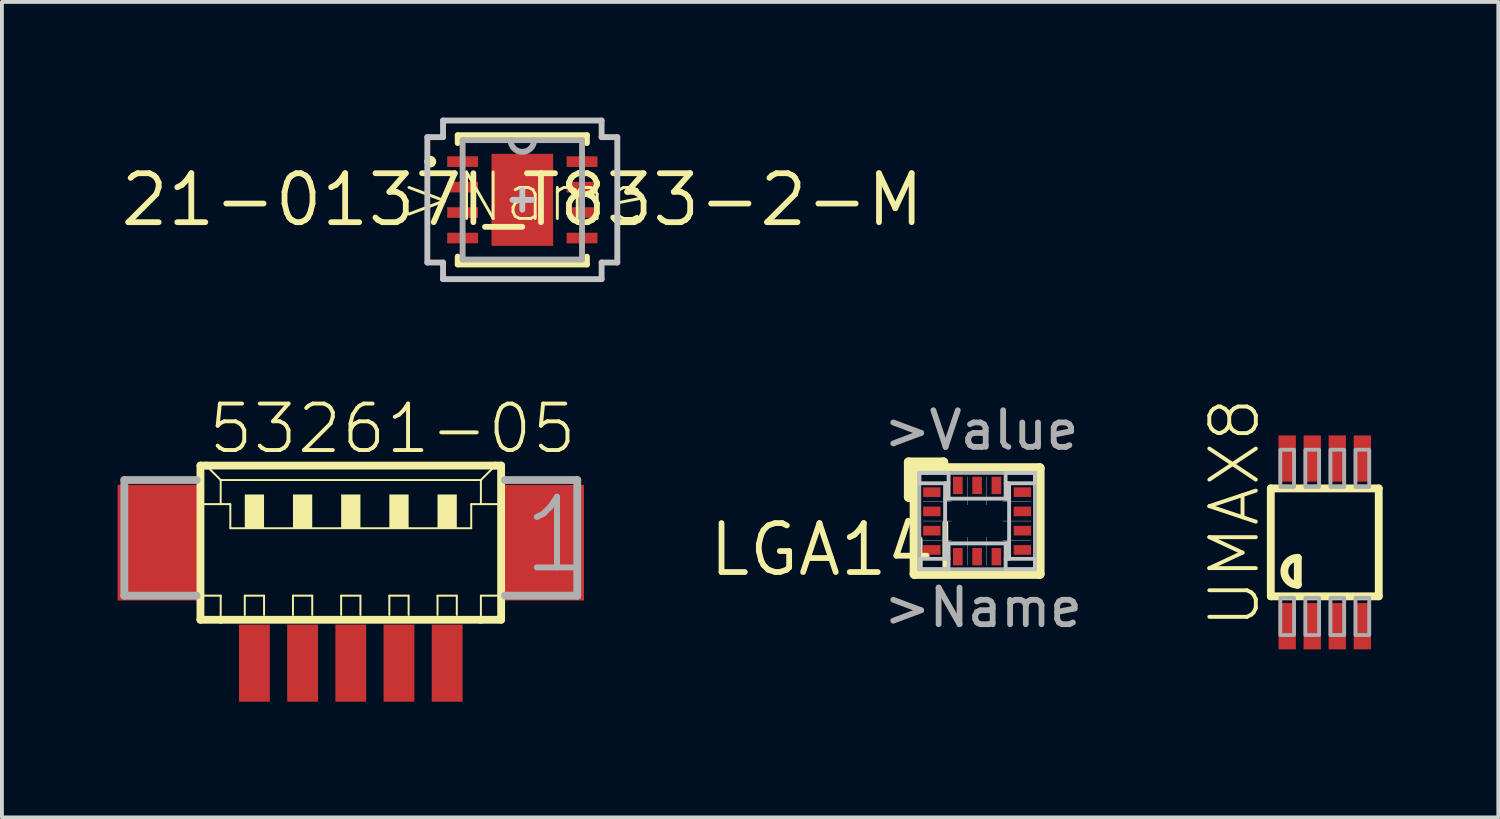
<source format=kicad_pcb>
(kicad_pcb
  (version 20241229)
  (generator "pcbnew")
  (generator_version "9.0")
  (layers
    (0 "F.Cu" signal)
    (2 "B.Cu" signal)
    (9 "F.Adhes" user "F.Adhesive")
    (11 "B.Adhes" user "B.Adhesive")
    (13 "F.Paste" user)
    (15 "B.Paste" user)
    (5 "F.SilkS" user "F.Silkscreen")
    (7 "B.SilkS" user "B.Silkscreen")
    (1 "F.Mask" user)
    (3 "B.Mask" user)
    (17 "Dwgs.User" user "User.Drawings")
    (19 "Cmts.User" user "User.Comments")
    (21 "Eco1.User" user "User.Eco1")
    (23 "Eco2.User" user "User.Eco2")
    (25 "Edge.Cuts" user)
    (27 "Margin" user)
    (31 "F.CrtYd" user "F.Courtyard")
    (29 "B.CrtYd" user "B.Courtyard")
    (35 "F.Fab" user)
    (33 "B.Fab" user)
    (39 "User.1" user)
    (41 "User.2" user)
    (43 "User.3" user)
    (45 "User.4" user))
  (footprint "UMAX8"
    (layer "F.Cu")
    (at 31.317 11.02)
    (property "Reference" "UMAX8" (at -1.636 2.286 90) (layer "F.SilkS") (effects (font (size 1.206 1.206) (thickness 0.102)) (justify left bottom)))
    (attr through_hole)
    (fp_line (start -1.4 -1.4) (end 1.4 -1.4) (stroke (width 0.203) (type solid)) (layer "F.SilkS"))
    (fp_line (start -1.4 1.4) (end -1.4 -1.4) (stroke (width 0.203) (type solid)) (layer "F.SilkS"))
    (fp_line (start -0.7 0.4) (end -0.7 1.1) (stroke (width 0.203) (type solid)) (layer "F.SilkS"))
    (fp_line (start 1.4 -1.4) (end 1.4 1.4) (stroke (width 0.203) (type solid)) (layer "F.SilkS"))
    (fp_line (start 1.4 1.4) (end -1.4 1.4) (stroke (width 0.203) (type solid)) (layer "F.SilkS"))
    (fp_arc (start -0.7 1.1) (mid -1.05 0.75) (end -0.7 0.4) (stroke (width 0.2032) (type solid)) (layer "F.SilkS"))
    (fp_poly (pts (xy -1.153 -1.438) (xy -0.797 -1.438) (xy -0.797 -2.404) (xy -1.153 -2.404)) (stroke (width 0.1) (type solid)) (fill no) (layer "F.Fab"))
    (fp_poly (pts (xy -1.153 2.404) (xy -0.797 2.404) (xy -0.797 1.438) (xy -1.153 1.438)) (stroke (width 0.1) (type solid)) (fill no) (layer "F.Fab"))
    (fp_poly (pts (xy -0.503 -1.438) (xy -0.147 -1.438) (xy -0.147 -2.404) (xy -0.503 -2.404)) (stroke (width 0.1) (type solid)) (fill no) (layer "F.Fab"))
    (fp_poly (pts (xy -0.503 2.404) (xy -0.147 2.404) (xy -0.147 1.438) (xy -0.503 1.438)) (stroke (width 0.1) (type solid)) (fill no) (layer "F.Fab"))
    (fp_poly (pts (xy 0.147 -1.438) (xy 0.503 -1.438) (xy 0.503 -2.404) (xy 0.147 -2.404)) (stroke (width 0.1) (type solid)) (fill no) (layer "F.Fab"))
    (fp_poly (pts (xy 0.147 2.404) (xy 0.503 2.404) (xy 0.503 1.438) (xy 0.147 1.438)) (stroke (width 0.1) (type solid)) (fill no) (layer "F.Fab"))
    (fp_poly (pts (xy 0.797 -1.438) (xy 1.153 -1.438) (xy 1.153 -2.404) (xy 0.797 -2.404)) (stroke (width 0.1) (type solid)) (fill no) (layer "F.Fab"))
    (fp_poly (pts (xy 0.797 2.404) (xy 1.153 2.404) (xy 1.153 1.438) (xy 0.797 1.438)) (stroke (width 0.1) (type solid)) (fill no) (layer "F.Fab"))
    (pad "1" smd rect (at -0.975 2.175) (size 0.45 1.2) (layers "F.Cu" "F.Mask" "F.Paste"))
    (pad "2" smd rect (at -0.325 2.175) (size 0.45 1.2) (layers "F.Cu" "F.Mask" "F.Paste"))
    (pad "3" smd rect (at 0.325 2.175) (size 0.45 1.2) (layers "F.Cu" "F.Mask" "F.Paste"))
    (pad "4" smd rect (at 0.975 2.175) (size 0.45 1.2) (layers "F.Cu" "F.Mask" "F.Paste"))
    (pad "5" smd rect (at 0.975 -2.175) (size 0.45 1.2) (layers "F.Cu" "F.Mask" "F.Paste"))
    (pad "6" smd rect (at 0.325 -2.175) (size 0.45 1.2) (layers "F.Cu" "F.Mask" "F.Paste"))
    (pad "7" smd rect (at -0.325 -2.175) (size 0.45 1.2) (layers "F.Cu" "F.Mask" "F.Paste"))
    (pad "8" smd rect (at -0.975 -2.175) (size 0.45 1.2) (layers "F.Cu" "F.Mask" "F.Paste")))
  (footprint "LGA14L"
    (layer "F.Cu")
    (at 22.298 10.467)
    (property "Reference" "LGA14L" (at 0 0 0) (layer "F.SilkS") (effects (font (size 1.27 1.27) (thickness 0.15)) (justify right top)))
    (attr through_hole)
    (fp_line (start -1.775 -1.525) (end -1.775 -0.625) (stroke (width 0.25) (type solid)) (layer "F.SilkS"))
    (fp_line (start -1.75 -1.5) (end -1.75 -0.625) (stroke (width 0.25) (type solid)) (layer "F.SilkS"))
    (fp_line (start -1.75 -0.625) (end -1.775 -0.625) (stroke (width 0.25) (type solid)) (layer "F.SilkS"))
    (fp_line (start -1.625 -1.375) (end 1.625 -1.375) (stroke (width 0.25) (type solid)) (layer "F.SilkS"))
    (fp_line (start -1.625 1.375) (end -1.625 -1.375) (stroke (width 0.25) (type solid)) (layer "F.SilkS"))
    (fp_line (start -0.875 -1.525) (end -1.775 -1.525) (stroke (width 0.25) (type solid)) (layer "F.SilkS"))
    (fp_line (start -0.875 -1.525) (end -0.875 -1.5) (stroke (width 0.25) (type solid)) (layer "F.SilkS"))
    (fp_line (start -0.875 -1.5) (end -1.75 -1.5) (stroke (width 0.25) (type solid)) (layer "F.SilkS"))
    (fp_line (start 1.625 -1.375) (end 1.625 1.375) (stroke (width 0.25) (type solid)) (layer "F.SilkS"))
    (fp_line (start 1.625 1.375) (end -1.625 1.375) (stroke (width 0.25) (type solid)) (layer "F.SilkS"))
    (fp_line (start -1.4 -0.5) (end -0.67 -0.5) (stroke (width 0.01) (type solid)) (layer "Dwgs.User"))
    (fp_line (start -1.4 0) (end -0.67 0) (stroke (width 0.01) (type solid)) (layer "Dwgs.User"))
    (fp_line (start -1.4 0.5) (end -0.67 0.5) (stroke (width 0.01) (type solid)) (layer "Dwgs.User"))
    (fp_line (start -0.25 -1.15) (end -0.25 -0.42) (stroke (width 0.01) (type solid)) (layer "Dwgs.User"))
    (fp_line (start -0.25 0.42) (end -0.25 1.15) (stroke (width 0.01) (type solid)) (layer "Dwgs.User"))
    (fp_line (start 0.25 -1.15) (end 0.25 -0.42) (stroke (width 0.01) (type solid)) (layer "Dwgs.User"))
    (fp_line (start 0.25 0.42) (end 0.25 1.15) (stroke (width 0.01) (type solid)) (layer "Dwgs.User"))
    (fp_line (start 0.67 -0.5) (end 1.4 -0.5) (stroke (width 0.01) (type solid)) (layer "Dwgs.User"))
    (fp_line (start 0.67 0) (end 1.4 0) (stroke (width 0.01) (type solid)) (layer "Dwgs.User"))
    (fp_line (start 0.67 0.5) (end 1.4 0.5) (stroke (width 0.01) (type solid)) (layer "Dwgs.User"))
    (fp_poly (pts (xy -1.5 -0.98) (xy -0.74 -0.98) (xy -0.74 -1.25) (xy -1.5 -1.25)) (stroke (width 0.1) (type solid)) (fill no) (layer "Dwgs.User"))
    (fp_poly (pts (xy -1.5 1.25) (xy -0.74 1.25) (xy -0.74 0.98) (xy -1.5 0.98)) (stroke (width 0.1) (type solid)) (fill no) (layer "Dwgs.User"))
    (fp_poly (pts (xy -0.83 -0.58) (xy -0.74 -0.58) (xy -0.74 -0.98) (xy -0.83 -0.98)) (stroke (width 0.1) (type solid)) (fill no) (layer "Dwgs.User"))
    (fp_poly (pts (xy -0.83 0.58) (xy 0.83 0.58) (xy 0.83 -0.58) (xy -0.83 -0.58)) (stroke (width 0.1) (type solid)) (fill no) (layer "Dwgs.User"))
    (fp_poly (pts (xy -0.83 0.98) (xy -0.74 0.98) (xy -0.74 0.58) (xy -0.83 0.58)) (stroke (width 0.1) (type solid)) (fill no) (layer "Dwgs.User"))
    (fp_poly (pts (xy 0.74 -0.98) (xy 1.5 -0.98) (xy 1.5 -1.25) (xy 0.74 -1.25)) (stroke (width 0.1) (type solid)) (fill no) (layer "Dwgs.User"))
    (fp_poly (pts (xy 0.74 -0.58) (xy 0.83 -0.58) (xy 0.83 -0.98) (xy 0.74 -0.98)) (stroke (width 0.1) (type solid)) (fill no) (layer "Dwgs.User"))
    (fp_poly (pts (xy 0.74 0.98) (xy 0.83 0.98) (xy 0.83 0.58) (xy 0.74 0.58)) (stroke (width 0.1) (type solid)) (fill no) (layer "Dwgs.User"))
    (fp_poly (pts (xy 0.74 1.25) (xy 1.5 1.25) (xy 1.5 0.98) (xy 0.74 0.98)) (stroke (width 0.1) (type solid)) (fill no) (layer "Dwgs.User"))
    (fp_line (start -1.5 -1.25) (end -1.5 1.25) (stroke (width 0.1) (type solid)) (layer "F.Fab"))
    (fp_line (start -1.5 1.25) (end 1.5 1.25) (stroke (width 0.1) (type solid)) (layer "F.Fab"))
    (fp_line (start 1.5 -1.25) (end -1.5 -1.25) (stroke (width 0.1) (type solid)) (layer "F.Fab"))
    (fp_line (start 1.5 1.25) (end 1.5 -1.25) (stroke (width 0.1) (type solid)) (layer "F.Fab"))
    (fp_text user ">Value" (at -2.5 -1.8 0) (layer "F.Fab") (effects (font (size 0.95 0.95) (thickness 0.15)) (justify left bottom)))
    (fp_text user ">Name" (at -2.5 2.8 0) (layer "F.Fab") (effects (font (size 0.95 0.95) (thickness 0.15)) (justify left bottom)))
    (pad "1" smd rect (at -1.175 -0.75 180) (size 0.45 0.25) (layers "F.Cu" "F.Mask" "F.Paste"))
    (pad "2" smd rect (at -1.175 -0.25 180) (size 0.45 0.25) (layers "F.Cu" "F.Mask" "F.Paste"))
    (pad "3" smd rect (at -1.175 0.25 180) (size 0.45 0.25) (layers "F.Cu" "F.Mask" "F.Paste"))
    (pad "4" smd rect (at -1.175 0.75 180) (size 0.45 0.25) (layers "F.Cu" "F.Mask" "F.Paste"))
    (pad "5" smd rect (at -0.5 0.925 90) (size 0.45 0.25) (layers "F.Cu" "F.Mask" "F.Paste"))
    (pad "6" smd rect (at 0 0.925 90) (size 0.45 0.25) (layers "F.Cu" "F.Mask" "F.Paste"))
    (pad "7" smd rect (at 0.5 0.925 90) (size 0.45 0.25) (layers "F.Cu" "F.Mask" "F.Paste"))
    (pad "8" smd rect (at 1.175 0.75 180) (size 0.45 0.25) (layers "F.Cu" "F.Mask" "F.Paste"))
    (pad "9" smd rect (at 1.175 0.25 180) (size 0.45 0.25) (layers "F.Cu" "F.Mask" "F.Paste"))
    (pad "10" smd rect (at 1.175 -0.25 180) (size 0.45 0.25) (layers "F.Cu" "F.Mask" "F.Paste"))
    (pad "11" smd rect (at 1.175 -0.75 180) (size 0.45 0.25) (layers "F.Cu" "F.Mask" "F.Paste"))
    (pad "12" smd rect (at 0.5 -0.925 90) (size 0.45 0.25) (layers "F.Cu" "F.Mask" "F.Paste"))
    (pad "13" smd rect (at 0 -0.925 90) (size 0.45 0.25) (layers "F.Cu" "F.Mask" "F.Paste"))
    (pad "14" smd rect (at -0.5 -0.925 90) (size 0.45 0.25) (layers "F.Cu" "F.Mask" "F.Paste")))
  (footprint "21-0137I_T833-2-M"
    (layer "F.Cu")
    (at 10.5 2.134)
    (property "Reference" "21-0137I_T833-2-M" (at 0 0 0) (layer "F.SilkS") (effects (font (size 1.27 1.27) (thickness 0.15))))
    (attr through_hole)
    (fp_line (start -1.676 -1.676) (end -1.676 -1.473) (stroke (width 0.152) (type solid)) (layer "F.SilkS"))
    (fp_line (start -1.676 1.473) (end -1.676 1.676) (stroke (width 0.152) (type solid)) (layer "F.SilkS"))
    (fp_line (start -1.676 1.676) (end 1.676 1.676) (stroke (width 0.152) (type solid)) (layer "F.SilkS"))
    (fp_line (start 1.676 -1.676) (end -1.676 -1.676) (stroke (width 0.152) (type solid)) (layer "F.SilkS"))
    (fp_line (start 1.676 -1.473) (end 1.676 -1.676) (stroke (width 0.152) (type solid)) (layer "F.SilkS"))
    (fp_line (start 1.676 1.676) (end 1.676 1.473) (stroke (width 0.152) (type solid)) (layer "F.SilkS"))
    (fp_arc (start -2.4638 -0.9906) (mid -2.3876 -1.0668) (end -2.3114 -0.9906) (stroke (width 0.1524) (type solid)) (layer "F.SilkS"))
    (fp_arc (start -2.3114 -0.9906) (mid -2.3876 -0.9144) (end -2.4638 -0.9906) (stroke (width 0.1524) (type solid)) (layer "F.SilkS"))
    (fp_poly (pts (xy -0.8 -1.194) (xy -0.8 1.194) (xy 0.8 1.194) (xy 0.8 -1.194)) (stroke (width 0) (type solid)) (fill yes) (layer "F.Paste"))
    (fp_line (start -2.464 -1.626) (end -2.057 -1.626) (stroke (width 0.152) (type solid)) (layer "Dwgs.User"))
    (fp_line (start -2.464 1.626) (end -2.464 -1.626) (stroke (width 0.152) (type solid)) (layer "Dwgs.User"))
    (fp_line (start -2.464 1.626) (end -2.057 1.626) (stroke (width 0.152) (type solid)) (layer "Dwgs.User"))
    (fp_line (start -2.057 -2.057) (end 2.057 -2.057) (stroke (width 0.152) (type solid)) (layer "Dwgs.User"))
    (fp_line (start -2.057 -1.626) (end -2.057 -2.057) (stroke (width 0.152) (type solid)) (layer "Dwgs.User"))
    (fp_line (start -2.057 2.057) (end -2.057 1.626) (stroke (width 0.152) (type solid)) (layer "Dwgs.User"))
    (fp_line (start -0.254 0) (end 0.254 0) (stroke (width 0.152) (type solid)) (layer "Dwgs.User"))
    (fp_line (start 0 0.254) (end 0 -0.254) (stroke (width 0.152) (type solid)) (layer "Dwgs.User"))
    (fp_line (start 2.057 -2.057) (end 2.057 -1.626) (stroke (width 0.152) (type solid)) (layer "Dwgs.User"))
    (fp_line (start 2.057 1.626) (end 2.057 2.057) (stroke (width 0.152) (type solid)) (layer "Dwgs.User"))
    (fp_line (start 2.057 2.057) (end -2.057 2.057) (stroke (width 0.152) (type solid)) (layer "Dwgs.User"))
    (fp_line (start 2.464 -1.626) (end 2.057 -1.626) (stroke (width 0.152) (type solid)) (layer "Dwgs.User"))
    (fp_line (start 2.464 -1.626) (end 2.464 1.626) (stroke (width 0.152) (type solid)) (layer "Dwgs.User"))
    (fp_line (start 2.464 1.626) (end 2.057 1.626) (stroke (width 0.152) (type solid)) (layer "Dwgs.User"))
    (fp_poly (pts (xy -2.457 1.636) (xy -2.457 -1.636) (xy -2.057 -1.636) (xy -2.057 -2.057) (xy 2.057 -2.057) (xy 2.057 -1.636) (xy 2.457 -1.636) (xy 2.457 1.636) (xy 2.057 1.636) (xy 2.057 2.057) (xy -2.057 2.057) (xy -2.057 1.636)) (stroke (width 0.1) (type solid)) (fill no) (layer "Dwgs.User"))
    (fp_line (start -1.549 -1.549) (end -1.549 1.549) (stroke (width 0.152) (type solid)) (layer "F.Fab"))
    (fp_line (start -1.549 1.549) (end 1.549 1.549) (stroke (width 0.152) (type solid)) (layer "F.Fab"))
    (fp_line (start -0.305 -1.549) (end -1.549 -1.549) (stroke (width 0.152) (type solid)) (layer "F.Fab"))
    (fp_line (start 0.305 -1.549) (end -0.305 -1.549) (stroke (width 0.152) (type solid)) (layer "F.Fab"))
    (fp_line (start 1.549 -1.549) (end 0.305 -1.549) (stroke (width 0.152) (type solid)) (layer "F.Fab"))
    (fp_line (start 1.549 1.549) (end 1.549 -1.549) (stroke (width 0.152) (type solid)) (layer "F.Fab"))
    (fp_arc (start 0.3048 -1.5494) (mid 0 -1.2446) (end -0.3048 -1.5494) (stroke (width 0.1524) (type solid)) (layer "F.Fab"))
    (fp_text user ">Name" (at -3.277 0.635 0) (layer "F.SilkS") (effects (font (size 1.206 1.206) (thickness 0.076)) (justify left bottom)))
    (pad "1" smd rect (at -1.549 -0.991) (size 0.8 0.276) (layers "F.Cu" "F.Mask" "F.Paste"))
    (pad "2" smd rect (at -1.549 -0.33) (size 0.8 0.276) (layers "F.Cu" "F.Mask" "F.Paste"))
    (pad "3" smd rect (at -1.549 0.33) (size 0.8 0.276) (layers "F.Cu" "F.Mask" "F.Paste"))
    (pad "4" smd rect (at -1.549 0.991) (size 0.8 0.276) (layers "F.Cu" "F.Mask" "F.Paste"))
    (pad "5" smd rect (at 1.549 0.991) (size 0.8 0.276) (layers "F.Cu" "F.Mask" "F.Paste"))
    (pad "6" smd rect (at 1.549 0.33) (size 0.8 0.276) (layers "F.Cu" "F.Mask" "F.Paste"))
    (pad "7" smd rect (at 1.549 -0.33) (size 0.8 0.276) (layers "F.Cu" "F.Mask" "F.Paste"))
    (pad "8" smd rect (at 1.549 -0.991) (size 0.8 0.276) (layers "F.Cu" "F.Mask" "F.Paste"))
    (pad "9" smd rect (at 0 0) (size 1.6 2.388) (layers "F.Cu" "F.Mask")))
  (footprint "53261-05"
    (layer "F.Cu")
    (at 6.05 11.653)
    (property "Reference" "53261-05" (at -3.75 -2.875 0) (layer "F.SilkS") (effects (font (size 1.206 1.206) (thickness 0.102)) (justify left bottom)))
    (attr through_hole)
    (fp_line (start -3.9 -2.625) (end -3.9 1.375) (stroke (width 0.203) (type solid)) (layer "F.SilkS"))
    (fp_line (start -3.9 1.375) (end -3.375 1.375) (stroke (width 0.203) (type solid)) (layer "F.SilkS"))
    (fp_line (start -3.875 -1.625) (end -3.375 -1.625) (stroke (width 0.051) (type solid)) (layer "F.SilkS"))
    (fp_line (start -3.875 0.75) (end -3.375 0.75) (stroke (width 0.051) (type solid)) (layer "F.SilkS"))
    (fp_line (start -3.75 -2.625) (end -3.9 -2.625) (stroke (width 0.203) (type solid)) (layer "F.SilkS"))
    (fp_line (start -3.375 -2.25) (end -3.75 -2.625) (stroke (width 0.051) (type solid)) (layer "F.SilkS"))
    (fp_line (start -3.375 -2.25) (end 3.375 -2.25) (stroke (width 0.051) (type solid)) (layer "F.SilkS"))
    (fp_line (start -3.375 -1.625) (end -3.375 -2.25) (stroke (width 0.051) (type solid)) (layer "F.SilkS"))
    (fp_line (start -3.375 -1.625) (end -3.125 -1.625) (stroke (width 0.051) (type solid)) (layer "F.SilkS"))
    (fp_line (start -3.375 0.75) (end -3.375 1.375) (stroke (width 0.051) (type solid)) (layer "F.SilkS"))
    (fp_line (start -3.375 1.375) (end 3.375 1.375) (stroke (width 0.203) (type solid)) (layer "F.SilkS"))
    (fp_line (start -3.125 -1.625) (end -3.125 -1) (stroke (width 0.051) (type solid)) (layer "F.SilkS"))
    (fp_line (start -3.125 -1) (end 3.125 -1) (stroke (width 0.051) (type solid)) (layer "F.SilkS"))
    (fp_line (start -2.75 0.75) (end -2.25 0.75) (stroke (width 0.051) (type solid)) (layer "F.SilkS"))
    (fp_line (start -2.75 1.25) (end -2.75 0.75) (stroke (width 0.051) (type solid)) (layer "F.SilkS"))
    (fp_line (start -2.25 0.75) (end -2.25 1.25) (stroke (width 0.051) (type solid)) (layer "F.SilkS"))
    (fp_line (start -1.5 0.75) (end -1 0.75) (stroke (width 0.051) (type solid)) (layer "F.SilkS"))
    (fp_line (start -1.5 1.25) (end -1.5 0.75) (stroke (width 0.051) (type solid)) (layer "F.SilkS"))
    (fp_line (start -1 0.75) (end -1 1.25) (stroke (width 0.051) (type solid)) (layer "F.SilkS"))
    (fp_line (start -0.25 0.75) (end 0.25 0.75) (stroke (width 0.051) (type solid)) (layer "F.SilkS"))
    (fp_line (start -0.25 1.25) (end -0.25 0.75) (stroke (width 0.051) (type solid)) (layer "F.SilkS"))
    (fp_line (start 0.25 0.75) (end 0.25 1.25) (stroke (width 0.051) (type solid)) (layer "F.SilkS"))
    (fp_line (start 1 0.75) (end 1.5 0.75) (stroke (width 0.051) (type solid)) (layer "F.SilkS"))
    (fp_line (start 1 1.25) (end 1 0.75) (stroke (width 0.051) (type solid)) (layer "F.SilkS"))
    (fp_line (start 1.5 0.75) (end 1.5 1.25) (stroke (width 0.051) (type solid)) (layer "F.SilkS"))
    (fp_line (start 2.25 0.75) (end 2.75 0.75) (stroke (width 0.051) (type solid)) (layer "F.SilkS"))
    (fp_line (start 2.25 1.25) (end 2.25 0.75) (stroke (width 0.051) (type solid)) (layer "F.SilkS"))
    (fp_line (start 2.75 0.75) (end 2.75 1.25) (stroke (width 0.051) (type solid)) (layer "F.SilkS"))
    (fp_line (start 3.125 -1.625) (end 3.125 -1) (stroke (width 0.051) (type solid)) (layer "F.SilkS"))
    (fp_line (start 3.125 -1.625) (end 3.375 -1.625) (stroke (width 0.051) (type solid)) (layer "F.SilkS"))
    (fp_line (start 3.375 -2.25) (end 3.375 -1.625) (stroke (width 0.051) (type solid)) (layer "F.SilkS"))
    (fp_line (start 3.375 -2.25) (end 3.75 -2.625) (stroke (width 0.051) (type solid)) (layer "F.SilkS"))
    (fp_line (start 3.375 -1.625) (end 3.875 -1.625) (stroke (width 0.051) (type solid)) (layer "F.SilkS"))
    (fp_line (start 3.375 0.75) (end 3.375 1.375) (stroke (width 0.051) (type solid)) (layer "F.SilkS"))
    (fp_line (start 3.375 0.75) (end 3.875 0.75) (stroke (width 0.051) (type solid)) (layer "F.SilkS"))
    (fp_line (start 3.375 1.375) (end 3.9 1.375) (stroke (width 0.203) (type solid)) (layer "F.SilkS"))
    (fp_line (start 3.75 -2.625) (end -3.75 -2.625) (stroke (width 0.203) (type solid)) (layer "F.SilkS"))
    (fp_line (start 3.9 -2.625) (end 3.75 -2.625) (stroke (width 0.203) (type solid)) (layer "F.SilkS"))
    (fp_line (start 3.9 1.375) (end 3.9 -2.625) (stroke (width 0.203) (type solid)) (layer "F.SilkS"))
    (fp_poly (pts (xy -2.75 -1) (xy -2.25 -1) (xy -2.25 -1.875) (xy -2.75 -1.875)) (stroke (width 0) (type solid)) (fill yes) (layer "F.SilkS"))
    (fp_poly (pts (xy -1.5 -1) (xy -1 -1) (xy -1 -1.875) (xy -1.5 -1.875)) (stroke (width 0) (type solid)) (fill yes) (layer "F.SilkS"))
    (fp_poly (pts (xy -0.25 -1) (xy 0.25 -1) (xy 0.25 -1.875) (xy -0.25 -1.875)) (stroke (width 0) (type solid)) (fill yes) (layer "F.SilkS"))
    (fp_poly (pts (xy 1 -1) (xy 1.5 -1) (xy 1.5 -1.875) (xy 1 -1.875)) (stroke (width 0) (type solid)) (fill yes) (layer "F.SilkS"))
    (fp_poly (pts (xy 2.25 -1) (xy 2.75 -1) (xy 2.75 -1.875) (xy 2.25 -1.875)) (stroke (width 0) (type solid)) (fill yes) (layer "F.SilkS"))
    (fp_line (start -5.875 -2.25) (end -5.875 0.75) (stroke (width 0.203) (type solid)) (layer "F.Fab"))
    (fp_line (start -5.875 0.75) (end -4 0.75) (stroke (width 0.203) (type solid)) (layer "F.Fab"))
    (fp_line (start -4 -2.25) (end -5.875 -2.25) (stroke (width 0.203) (type solid)) (layer "F.Fab"))
    (fp_line (start 4 0.75) (end 5.875 0.75) (stroke (width 0.203) (type solid)) (layer "F.Fab"))
    (fp_line (start 5.875 -2.25) (end 4 -2.25) (stroke (width 0.203) (type solid)) (layer "F.Fab"))
    (fp_line (start 5.875 0.75) (end 5.875 -2.25) (stroke (width 0.203) (type solid)) (layer "F.Fab"))
    (fp_text user "1" (at 4.375 0.25 0) (layer "F.Fab") (effects (font (size 1.834 1.834) (thickness 0.154)) (justify left bottom)))
    (pad "1" smd rect (at 2.5 2.5) (size 0.8 2) (layers "F.Cu" "F.Mask" "F.Paste"))
    (pad "2" smd rect (at 1.25 2.5) (size 0.8 2) (layers "F.Cu" "F.Mask" "F.Paste"))
    (pad "3" smd rect (at 0 2.5) (size 0.8 2) (layers "F.Cu" "F.Mask" "F.Paste"))
    (pad "4" smd rect (at -1.25 2.5) (size 0.8 2) (layers "F.Cu" "F.Mask" "F.Paste"))
    (pad "5" smd rect (at -2.5 2.5) (size 0.8 2) (layers "F.Cu" "F.Mask" "F.Paste"))
    (pad "S1" smd rect (at 5 -0.625) (size 2.1 3) (layers "F.Cu" "F.Mask" "F.Paste"))
    (pad "S2" smd rect (at -5 -0.625) (size 2.1 3) (layers "F.Cu" "F.Mask" "F.Paste")))
  (gr_rect
    (start -3 -3)
    (end 35.819 18.154)
    (stroke (width 0.1) (type default))
    (fill no)
    (layer "Edge.Cuts")))
</source>
